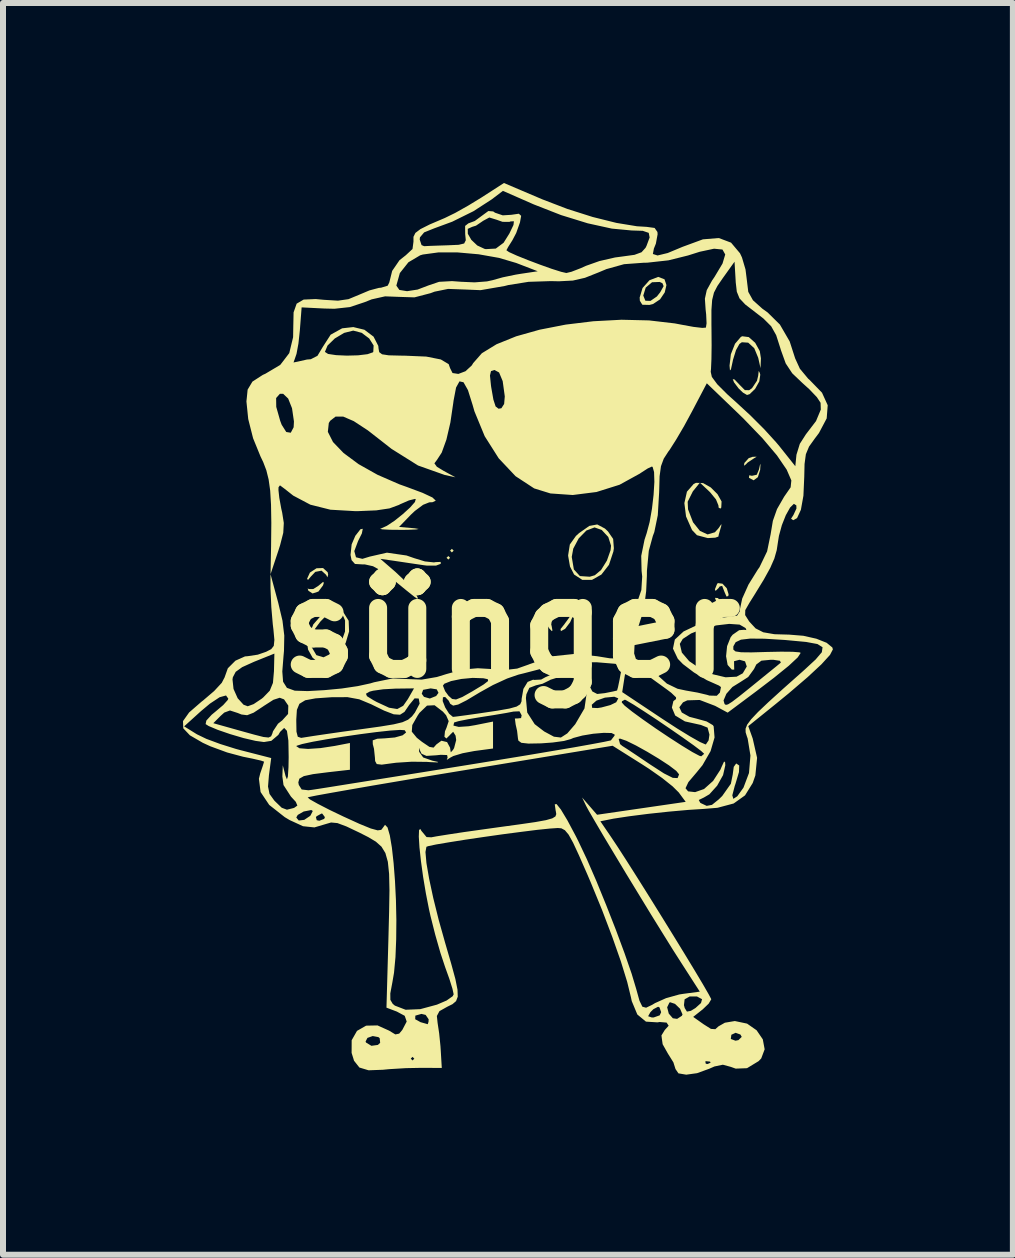
<source format=kicad_pcb>
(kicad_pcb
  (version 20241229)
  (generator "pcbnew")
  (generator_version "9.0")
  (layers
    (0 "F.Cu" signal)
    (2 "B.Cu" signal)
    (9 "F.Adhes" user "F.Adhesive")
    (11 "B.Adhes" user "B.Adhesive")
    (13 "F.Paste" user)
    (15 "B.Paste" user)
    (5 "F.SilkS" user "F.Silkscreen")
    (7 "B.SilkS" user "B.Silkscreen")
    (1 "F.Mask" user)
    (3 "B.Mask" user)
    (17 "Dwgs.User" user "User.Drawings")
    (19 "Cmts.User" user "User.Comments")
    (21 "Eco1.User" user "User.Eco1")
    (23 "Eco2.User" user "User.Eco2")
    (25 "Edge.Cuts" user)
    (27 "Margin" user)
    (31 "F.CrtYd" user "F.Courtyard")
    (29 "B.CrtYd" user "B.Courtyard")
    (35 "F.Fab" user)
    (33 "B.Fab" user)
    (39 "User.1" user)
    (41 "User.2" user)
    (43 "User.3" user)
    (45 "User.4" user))
  (footprint "sünger"
    (layer "F.Cu")
    (at 5.465 7.409)
    (property "Reference" "sünger" (at 0 0 0) (layer "F.SilkS") (effects (font (size 1.524 1.524) (thickness 0.3))))
    (attr board_only exclude_from_pos_files exclude_from_bom)
    (fp_poly (pts (xy 3.156 -2.409) (xy 3.146 -2.41) (xy 3.15 -2.415)) (stroke (width 0) (type solid)) (fill yes) (layer "F.SilkS"))
    (fp_poly (pts (xy -1.014 -1.163) (xy -1.043 -1.133) (xy -1.073 -1.163) (xy -1.043 -1.192)) (stroke (width 0) (type solid)) (fill yes) (layer "F.SilkS"))
    (fp_poly (pts (xy -0.954 -1.282) (xy -0.984 -1.252) (xy -1.014 -1.282) (xy -0.984 -1.312)) (stroke (width 0) (type solid)) (fill yes) (layer "F.SilkS"))
    (fp_poly (pts (xy 3.447 -0.492) (xy 3.505 -0.441) (xy 3.543 -0.374) (xy 3.524 -0.358) (xy 3.441 -0.401) (xy 3.426 -0.421) (xy 3.401 -0.495)) (stroke (width 0) (type solid)) (fill yes) (layer "F.SilkS"))
    (fp_poly (pts (xy 4.054 -2.822) (xy 3.944 -2.749) (xy 3.916 -2.719) (xy 3.884 -2.697) (xy 3.891 -2.743) (xy 3.964 -2.824) (xy 4.03 -2.846) (xy 4.096 -2.847)) (stroke (width 0) (type solid)) (fill yes) (layer "F.SilkS"))
    (fp_poly (pts (xy -3.118 -0.744) (xy -3.132 -0.702) (xy -3.208 -0.6) (xy -3.306 -0.568) (xy -3.376 -0.614) (xy -3.387 -0.654) (xy -3.368 -0.641) (xy -3.293 -0.642) (xy -3.207 -0.697) (xy -3.129 -0.762)) (stroke (width 0) (type solid)) (fill yes) (layer "F.SilkS"))
    (fp_poly (pts (xy 4.159 -2.709) (xy 4.154 -2.628) (xy 4.116 -2.506) (xy 4.045 -2.454) (xy 3.971 -2.494) (xy 3.967 -2.5) (xy 3.973 -2.538) (xy 4.017 -2.529) (xy 4.098 -2.547) (xy 4.134 -2.634) (xy 4.155 -2.729)) (stroke (width 0) (type solid)) (fill yes) (layer "F.SilkS"))
    (fp_poly (pts (xy -3.054 -0.922) (xy -3.046 -0.881) (xy -3.058 -0.837) (xy -3.08 -0.879) (xy -3.156 -0.948) (xy -3.26 -0.928) (xy -3.334 -0.85) (xy -3.382 -0.793) (xy -3.397 -0.813) (xy -3.35 -0.916) (xy -3.24 -0.988) (xy -3.131 -0.992)) (stroke (width 0) (type solid)) (fill yes) (layer "F.SilkS"))
    (fp_poly (pts (xy 3.202 -2.408) (xy 3.331 -2.335) (xy 3.443 -2.223) (xy 3.511 -2.102) (xy 3.506 -2) (xy 3.493 -1.983) (xy 3.463 -1.997) (xy 3.458 -2.037) (xy 3.418 -2.135) (xy 3.318 -2.257) (xy 3.304 -2.27) (xy 3.156 -2.409)) (stroke (width 0) (type solid)) (fill yes) (layer "F.SilkS"))
    (fp_poly (pts (xy -2.96 -0.322) (xy -3.019 -0.258) (xy -3.049 -0.23) (xy -3.177 -0.098) (xy -3.269 0.026) (xy -3.271 0.03) (xy -3.32 0.102) (xy -3.337 0.066) (xy -3.337 0.055) (xy -3.293 -0.053) (xy -3.179 -0.183) (xy -3.03 -0.298) (xy -2.981 -0.326)) (stroke (width 0) (type solid)) (fill yes) (layer "F.SilkS"))
    (fp_poly (pts (xy 3.526 -0.731) (xy 3.598 -0.654) (xy 3.628 -0.554) (xy 3.623 -0.525) (xy 3.593 -0.517) (xy 3.558 -0.598) (xy 3.521 -0.694) (xy 3.48 -0.685) (xy 3.459 -0.656) (xy 3.411 -0.61) (xy 3.4 -0.637) (xy 3.437 -0.729) (xy 3.451 -0.741)) (stroke (width 0) (type solid)) (fill yes) (layer "F.SilkS"))
    (fp_poly (pts (xy 4.148 -4.244) (xy 4.156 -4.214) (xy 4.14 -4.103) (xy 4.07 -3.978) (xy 3.979 -3.89) (xy 3.935 -3.876) (xy 3.868 -3.915) (xy 3.795 -3.985) (xy 3.719 -4.086) (xy 3.697 -4.14) (xy 3.728 -4.134) (xy 3.804 -4.054) (xy 3.809 -4.048) (xy 3.899 -3.957) (xy 3.971 -3.956) (xy 4.018 -3.989) (xy 4.101 -4.113) (xy 4.121 -4.196) (xy 4.13 -4.277)) (stroke (width 0) (type solid)) (fill yes) (layer "F.SilkS"))
    (fp_poly (pts (xy 3.964 -4.841) (xy 4.071 -4.746) (xy 4.148 -4.607) (xy 4.167 -4.487) (xy 4.16 -4.323) (xy 4.122 -4.495) (xy 4.056 -4.655) (xy 3.955 -4.748) (xy 3.849 -4.755) (xy 3.809 -4.727) (xy 3.752 -4.625) (xy 3.702 -4.464) (xy 3.695 -4.43) (xy 3.667 -4.302) (xy 3.651 -4.286) (xy 3.644 -4.365) (xy 3.666 -4.555) (xy 3.735 -4.73) (xy 3.832 -4.843) (xy 3.855 -4.855)) (stroke (width 0) (type solid)) (fill yes) (layer "F.SilkS"))
    (fp_poly (pts (xy -2.83 -0.279) (xy -2.787 -0.246) (xy -2.704 -0.113) (xy -2.697 0.065) (xy -2.754 0.257) (xy -2.86 0.43) (xy -3.002 0.554) (xy -3.152 0.596) (xy -3.238 0.558) (xy -3.305 0.503) (xy -3.38 0.369) (xy -3.394 0.279) (xy -3.386 0.2) (xy -3.363 0.224) (xy -3.331 0.308) (xy -3.242 0.46) (xy -3.123 0.496) (xy -2.968 0.42) (xy -2.957 0.411) (xy -2.833 0.259) (xy -2.765 0.067) (xy -2.764 -0.119) (xy -2.81 -0.224) (xy -2.862 -0.294)) (stroke (width 0) (type solid)) (fill yes) (layer "F.SilkS"))
    (fp_poly (pts (xy 3.146 -2.41) (xy 3.032 -2.269) (xy 2.946 -2.097) (xy 2.952 -1.971) (xy 3.035 -1.755) (xy 3.15 -1.611) (xy 3.278 -1.552) (xy 3.4 -1.588) (xy 3.46 -1.655) (xy 3.508 -1.725) (xy 3.506 -1.693) (xy 3.493 -1.65) (xy 3.464 -1.547) (xy 3.458 -1.516) (xy 3.406 -1.498) (xy 3.281 -1.491) (xy 3.281 -1.491) (xy 3.101 -1.539) (xy 3.019 -1.625) (xy 2.919 -1.851) (xy 2.891 -2.074) (xy 2.934 -2.265) (xy 3.045 -2.392) (xy 3.085 -2.412)) (stroke (width 0) (type solid)) (fill yes) (layer "F.SilkS"))
    (fp_poly (pts (xy 1.012 -0.378) (xy 1.052 -0.327) (xy 1.046 -0.221) (xy 0.987 -0.088) (xy 0.903 0.022) (xy 0.833 0.06) (xy 0.827 0.025) (xy 0.894 -0.059) (xy 0.894 -0.06) (xy 0.992 -0.194) (xy 1.003 -0.301) (xy 0.929 -0.355) (xy 0.896 -0.358) (xy 0.778 -0.307) (xy 0.692 -0.187) (xy 0.672 -0.051) (xy 0.679 -0.025) (xy 0.692 0.049) (xy 0.682 0.06) (xy 0.638 0.013) (xy 0.618 -0.03) (xy 0.624 -0.156) (xy 0.701 -0.292) (xy 0.815 -0.393) (xy 0.898 -0.417)) (stroke (width 0) (type solid)) (fill yes) (layer "F.SilkS"))
    (fp_poly (pts (xy 2.56 -5.804) (xy 2.592 -5.708) (xy 2.564 -5.586) (xy 2.486 -5.47) (xy 2.369 -5.392) (xy 2.309 -5.377) (xy 2.19 -5.38) (xy 2.149 -5.447) (xy 2.146 -5.502) (xy 2.156 -5.533) (xy 2.206 -5.533) (xy 2.241 -5.447) (xy 2.326 -5.444) (xy 2.433 -5.518) (xy 2.489 -5.589) (xy 2.545 -5.69) (xy 2.525 -5.739) (xy 2.48 -5.76) (xy 2.352 -5.755) (xy 2.247 -5.666) (xy 2.206 -5.533) (xy 2.156 -5.533) (xy 2.194 -5.659) (xy 2.309 -5.788) (xy 2.452 -5.843) (xy 2.458 -5.843)) (stroke (width 0) (type solid)) (fill yes) (layer "F.SilkS"))
    (fp_poly (pts (xy 1.567 -1.65) (xy 1.617 -1.603) (xy 1.704 -1.477) (xy 1.716 -1.321) (xy 1.708 -1.267) (xy 1.634 -1.045) (xy 1.508 -0.883) (xy 1.352 -0.795) (xy 1.189 -0.795) (xy 1.053 -0.884) (xy 0.985 -1.017) (xy 0.957 -1.177) (xy 1.014 -1.177) (xy 1.049 -0.969) (xy 1.15 -0.858) (xy 1.314 -0.847) (xy 1.399 -0.872) (xy 1.503 -0.96) (xy 1.6 -1.116) (xy 1.661 -1.289) (xy 1.669 -1.364) (xy 1.623 -1.509) (xy 1.514 -1.626) (xy 1.394 -1.669) (xy 1.258 -1.617) (xy 1.13 -1.486) (xy 1.039 -1.315) (xy 1.014 -1.177) (xy 0.957 -1.177) (xy 0.954 -1.194) (xy 0.954 -1.207) (xy 0.982 -1.384) (xy 1.084 -1.527) (xy 1.137 -1.575) (xy 1.307 -1.694) (xy 1.439 -1.718)) (stroke (width 0) (type solid)) (fill yes) (layer "F.SilkS"))
    (fp_poly (pts (xy -2.484 -1.569) (xy -2.547 -1.442) (xy -2.61 -1.274) (xy -2.582 -1.171) (xy -2.475 -1.145) (xy -2.354 -1.182) (xy -2.066 -1.248) (xy -1.74 -1.201) (xy -1.61 -1.156) (xy -1.433 -1.102) (xy -1.283 -1.086) (xy -1.251 -1.091) (xy -1.17 -1.094) (xy -1.17 -1.062) (xy -1.249 -1.032) (xy -1.404 -1.033) (xy -1.453 -1.039) (xy -1.684 -1.073) (xy -1.918 -1.108) (xy -1.938 -1.111) (xy -2.176 -1.145) (xy -1.922 -0.925) (xy -1.788 -0.798) (xy -1.668 -0.667) (xy -1.582 -0.556) (xy -1.549 -0.489) (xy -1.563 -0.48) (xy -1.614 -0.517) (xy -1.732 -0.611) (xy -1.895 -0.744) (xy -1.928 -0.772) (xy -2.14 -0.934) (xy -2.298 -1.022) (xy -2.433 -1.052) (xy -2.465 -1.052) (xy -2.599 -1.06) (xy -2.656 -1.124) (xy -2.673 -1.211) (xy -2.654 -1.387) (xy -2.593 -1.529) (xy -2.508 -1.638) (xy -2.469 -1.646)) (stroke (width 0) (type solid)) (fill yes) (layer "F.SilkS"))
    (fp_poly (pts (xy 0.523 -7.137) (xy 0.94 -6.977) (xy 1.362 -6.843) (xy 1.759 -6.744) (xy 2.1 -6.688) (xy 2.263 -6.678) (xy 2.395 -6.66) (xy 2.442 -6.593) (xy 2.445 -6.555) (xy 2.416 -6.398) (xy 2.383 -6.316) (xy 2.366 -6.226) (xy 2.444 -6.201) (xy 2.613 -6.242) (xy 2.87 -6.349) (xy 2.871 -6.349) (xy 3.2 -6.47) (xy 3.465 -6.492) (xy 3.669 -6.415) (xy 3.818 -6.238) (xy 3.851 -6.168) (xy 3.91 -5.968) (xy 3.935 -5.769) (xy 3.935 -5.767) (xy 3.956 -5.595) (xy 4.034 -5.455) (xy 4.19 -5.315) (xy 4.279 -5.251) (xy 4.483 -5.05) (xy 4.646 -4.769) (xy 4.737 -4.487) (xy 4.816 -4.314) (xy 4.955 -4.147) (xy 4.975 -4.13) (xy 5.185 -3.914) (xy 5.28 -3.705) (xy 5.263 -3.486) (xy 5.134 -3.242) (xy 5.064 -3.149) (xy 4.969 -3.016) (xy 4.916 -2.889) (xy 4.894 -2.726) (xy 4.889 -2.512) (xy 4.875 -2.197) (xy 4.833 -1.963) (xy 4.769 -1.824) (xy 4.705 -1.789) (xy 4.669 -1.814) (xy 4.709 -1.876) (xy 4.759 -1.984) (xy 4.757 -2.036) (xy 4.716 -2.062) (xy 4.653 -2) (xy 4.582 -1.873) (xy 4.516 -1.707) (xy 4.467 -1.528) (xy 4.453 -1.44) (xy 4.43 -1.289) (xy 4.39 -1.149) (xy 4.322 -0.994) (xy 4.215 -0.8) (xy 4.057 -0.542) (xy 3.976 -0.413) (xy 3.906 -0.291) (xy 3.904 -0.208) (xy 3.969 -0.105) (xy 3.976 -0.096) (xy 4.078 0.014) (xy 4.206 0.079) (xy 4.392 0.111) (xy 4.638 0.118) (xy 4.873 0.137) (xy 5.091 0.186) (xy 5.262 0.254) (xy 5.357 0.332) (xy 5.366 0.364) (xy 5.318 0.456) (xy 5.176 0.612) (xy 4.946 0.826) (xy 4.632 1.095) (xy 4.422 1.267) (xy 3.956 1.643) (xy 4.03 1.85) (xy 4.103 2.171) (xy 4.074 2.465) (xy 4.03 2.591) (xy 3.902 2.797) (xy 3.713 2.932) (xy 3.443 3.004) (xy 3.225 3.022) (xy 2.959 3.039) (xy 2.633 3.068) (xy 2.288 3.105) (xy 1.967 3.146) (xy 1.71 3.185) (xy 1.655 3.196) (xy 1.491 3.229) (xy 1.661 3.478) (xy 1.775 3.649) (xy 1.926 3.883) (xy 2.105 4.165) (xy 2.301 4.477) (xy 2.505 4.805) (xy 2.707 5.132) (xy 2.897 5.442) (xy 3.065 5.719) (xy 3.201 5.947) (xy 3.295 6.11) (xy 3.338 6.191) (xy 3.339 6.196) (xy 3.296 6.268) (xy 3.194 6.366) (xy 3.188 6.37) (xy 3.038 6.489) (xy 3.212 6.612) (xy 3.334 6.689) (xy 3.407 6.694) (xy 3.459 6.647) (xy 3.566 6.586) (xy 3.726 6.559) (xy 3.737 6.559) (xy 3.936 6.601) (xy 4.095 6.712) (xy 4.198 6.863) (xy 4.229 7.029) (xy 4.172 7.181) (xy 4.129 7.226) (xy 3.935 7.344) (xy 3.746 7.351) (xy 3.665 7.322) (xy 3.533 7.286) (xy 3.393 7.315) (xy 3.306 7.353) (xy 3.103 7.427) (xy 2.922 7.452) (xy 2.792 7.43) (xy 2.743 7.358) (xy 2.708 7.247) (xy 2.7 7.234) (xy 3.24 7.234) (xy 3.248 7.27) (xy 3.279 7.274) (xy 3.328 7.252) (xy 3.319 7.234) (xy 3.248 7.227) (xy 3.24 7.234) (xy 2.7 7.234) (xy 2.624 7.112) (xy 2.623 7.112) (xy 2.529 6.945) (xy 2.516 6.854) (xy 3.665 6.854) (xy 3.668 6.858) (xy 3.743 6.886) (xy 3.792 6.876) (xy 3.847 6.822) (xy 3.825 6.783) (xy 3.745 6.754) (xy 3.674 6.787) (xy 3.665 6.854) (xy 2.516 6.854) (xy 2.509 6.798) (xy 2.564 6.708) (xy 2.629 6.636) (xy 2.595 6.584) (xy 2.48 6.574) (xy 2.443 6.58) (xy 2.251 6.568) (xy 2.142 6.478) (xy 2.287 6.478) (xy 2.349 6.499) (xy 2.378 6.499) (xy 2.48 6.463) (xy 2.504 6.41) (xy 2.476 6.33) (xy 2.474 6.329) (xy 2.604 6.329) (xy 2.631 6.434) (xy 2.699 6.512) (xy 2.77 6.522) (xy 2.849 6.471) (xy 2.86 6.448) (xy 2.819 6.353) (xy 2.757 6.293) (xy 2.884 6.293) (xy 2.897 6.342) (xy 2.934 6.401) (xy 2.999 6.388) (xy 3.076 6.341) (xy 3.168 6.258) (xy 3.186 6.194) (xy 3.1 6.148) (xy 2.979 6.149) (xy 2.895 6.196) (xy 2.884 6.293) (xy 2.757 6.293) (xy 2.735 6.272) (xy 2.654 6.245) (xy 2.642 6.25) (xy 2.604 6.329) (xy 2.474 6.329) (xy 2.452 6.32) (xy 2.374 6.361) (xy 2.325 6.41) (xy 2.287 6.478) (xy 2.142 6.478) (xy 2.107 6.449) (xy 2.014 6.226) (xy 2.001 6.164) (xy 1.938 5.906) (xy 1.832 5.562) (xy 1.689 5.155) (xy 1.519 4.707) (xy 1.328 4.241) (xy 1.267 4.099) (xy 1.134 3.796) (xy 1.036 3.585) (xy 0.962 3.452) (xy 0.9 3.378) (xy 0.841 3.346) (xy 0.782 3.341) (xy 0.649 3.35) (xy 0.436 3.372) (xy 0.165 3.406) (xy -0.14 3.446) (xy -0.457 3.491) (xy -0.762 3.536) (xy -1.032 3.579) (xy -1.245 3.615) (xy -1.377 3.643) (xy -1.408 3.654) (xy -1.424 3.741) (xy -1.408 3.924) (xy -1.363 4.186) (xy -1.294 4.508) (xy -1.203 4.874) (xy -1.096 5.255) (xy -0.994 5.606) (xy -0.925 5.86) (xy -0.89 6.036) (xy -0.886 6.152) (xy -0.914 6.226) (xy -0.974 6.277) (xy -1.061 6.32) (xy -1.191 6.393) (xy -1.234 6.474) (xy -1.222 6.588) (xy -1.196 6.761) (xy -1.174 6.978) (xy -1.169 7.054) (xy -1.152 7.34) (xy -1.485 7.338) (xy -1.749 7.343) (xy -2.029 7.36) (xy -2.133 7.37) (xy -2.372 7.379) (xy -2.525 7.333) (xy -2.615 7.219) (xy -2.625 7.185) (xy -1.669 7.185) (xy -1.64 7.215) (xy -1.61 7.185) (xy -1.64 7.155) (xy -1.669 7.185) (xy -2.625 7.185) (xy -2.655 7.089) (xy -2.654 6.899) (xy -2.422 6.899) (xy -2.415 6.916) (xy -2.325 6.971) (xy -2.217 6.956) (xy -2.179 6.921) (xy -2.187 6.844) (xy -2.208 6.826) (xy -2.303 6.808) (xy -2.391 6.839) (xy -2.422 6.899) (xy -2.654 6.899) (xy -2.654 6.878) (xy -2.565 6.722) (xy -2.413 6.635) (xy -2.223 6.631) (xy -2.032 6.717) (xy -1.926 6.781) (xy -1.862 6.768) (xy -1.81 6.706) (xy -1.737 6.567) (xy -1.75 6.528) (xy -1.595 6.528) (xy -1.506 6.577) (xy -1.41 6.604) (xy -1.386 6.611) (xy -1.373 6.57) (xy -1.371 6.529) (xy -1.421 6.456) (xy -1.491 6.439) (xy -1.593 6.468) (xy -1.595 6.528) (xy -1.75 6.528) (xy -1.77 6.471) (xy -1.902 6.4) (xy -2.074 6.335) (xy -2.042 5.205) (xy -2.03 4.741) (xy -2.024 4.38) (xy -2.03 4.106) (xy -2.051 3.904) (xy -2.092 3.758) (xy -2.157 3.652) (xy -2.25 3.569) (xy -2.375 3.494) (xy -2.516 3.422) (xy -2.741 3.315) (xy -2.891 3.259) (xy -2.997 3.249) (xy -3.083 3.274) (xy -3.275 3.331) (xy -3.465 3.311) (xy -3.689 3.208) (xy -3.759 3.166) (xy -3.577 3.166) (xy -3.536 3.216) (xy -3.444 3.205) (xy -3.377 3.16) (xy -3.25 3.16) (xy -3.236 3.211) (xy -3.193 3.22) (xy -3.112 3.189) (xy -3.1 3.16) (xy -3.143 3.102) (xy -3.157 3.1) (xy -3.237 3.144) (xy -3.25 3.16) (xy -3.377 3.16) (xy -3.347 3.14) (xy -3.339 3.13) (xy -3.302 3.057) (xy -3.327 3.041) (xy -3.454 3.066) (xy -3.553 3.123) (xy -3.577 3.166) (xy -3.759 3.166) (xy -3.769 3.16) (xy -4.028 2.956) (xy -4.172 2.741) (xy -4.2 2.52) (xy -4.178 2.431) (xy -4.134 2.302) (xy -4.114 2.236) (xy -4.114 2.235) (xy -4.167 2.217) (xy -4.306 2.185) (xy -4.464 2.153) (xy -4.729 2.082) (xy -5.009 1.979) (xy -5.135 1.921) (xy -5.35 1.796) (xy -5.46 1.68) (xy -5.462 1.647) (xy -5.446 1.647) (xy -5.233 1.779) (xy -5.076 1.855) (xy -4.844 1.941) (xy -4.582 2.023) (xy -4.508 2.043) (xy -3.995 2.175) (xy -4.033 2.462) (xy -4.048 2.65) (xy -4.023 2.773) (xy -3.946 2.88) (xy -3.933 2.894) (xy -3.82 3.003) (xy -3.733 3.036) (xy -3.625 3.009) (xy -3.611 3.004) (xy -3.559 2.967) (xy -3.585 2.905) (xy -3.653 2.831) (xy -3.387 2.831) (xy -3.348 2.865) (xy -3.22 2.937) (xy -3.024 3.038) (xy -2.795 3.148) (xy -2.521 3.273) (xy -2.335 3.349) (xy -2.221 3.38) (xy -2.161 3.372) (xy -2.142 3.348) (xy -2.098 3.288) (xy -2.056 3.332) (xy -2.018 3.464) (xy -1.984 3.666) (xy -1.955 3.925) (xy -1.932 4.223) (xy -1.916 4.545) (xy -1.909 4.875) (xy -1.912 5.196) (xy -1.924 5.494) (xy -1.948 5.752) (xy -1.975 5.91) (xy -2.01 6.097) (xy -2.009 6.205) (xy -1.97 6.271) (xy -1.934 6.301) (xy -1.755 6.37) (xy -1.511 6.36) (xy -1.233 6.285) (xy -1.072 6.216) (xy -0.971 6.145) (xy -0.954 6.113) (xy -0.974 6.021) (xy -1.026 5.855) (xy -1.097 5.657) (xy -1.175 5.421) (xy -1.261 5.12) (xy -1.34 4.808) (xy -1.364 4.701) (xy -1.417 4.431) (xy -1.463 4.156) (xy -1.499 3.894) (xy -1.524 3.664) (xy -1.535 3.485) (xy -1.531 3.376) (xy -1.511 3.356) (xy -1.492 3.388) (xy -1.406 3.492) (xy -1.327 3.496) (xy -1.235 3.479) (xy -1.047 3.449) (xy -0.784 3.409) (xy -0.47 3.365) (xy -0.22 3.33) (xy 0.145 3.28) (xy 0.407 3.242) (xy 0.584 3.21) (xy 0.69 3.18) (xy 0.742 3.148) (xy 0.756 3.109) (xy 0.748 3.059) (xy 0.746 3.053) (xy 0.731 2.946) (xy 0.761 2.942) (xy 0.833 3.033) (xy 0.942 3.214) (xy 1.083 3.479) (xy 1.127 3.567) (xy 1.266 3.861) (xy 1.424 4.224) (xy 1.588 4.626) (xy 1.749 5.037) (xy 1.894 5.428) (xy 2.012 5.769) (xy 2.088 6.022) (xy 2.143 6.22) (xy 2.191 6.319) (xy 2.253 6.336) (xy 2.352 6.289) (xy 2.402 6.259) (xy 2.585 6.177) (xy 2.807 6.115) (xy 2.871 6.105) (xy 3.148 6.068) (xy 2.836 5.583) (xy 2.698 5.367) (xy 2.527 5.092) (xy 2.332 4.777) (xy 2.126 4.439) (xy 1.918 4.098) (xy 1.721 3.77) (xy 1.544 3.475) (xy 1.4 3.23) (xy 1.298 3.054) (xy 1.255 2.975) (xy 1.186 2.832) (xy 1.311 2.976) (xy 1.436 3.12) (xy 2.913 2.905) (xy 2.797 2.748) (xy 2.695 2.647) (xy 2.521 2.508) (xy 2.303 2.355) (xy 2.187 2.28) (xy 1.695 1.97) (xy -0.833 2.387) (xy -1.367 2.475) (xy -1.863 2.559) (xy -2.311 2.635) (xy -2.696 2.702) (xy -3.008 2.757) (xy -3.235 2.798) (xy -3.363 2.824) (xy -3.387 2.831) (xy -3.653 2.831) (xy -3.666 2.817) (xy -3.79 2.625) (xy -3.809 2.481) (xy -3.802 2.296) (xy -3.756 2.474) (xy -3.733 2.53) (xy -3.717 2.483) (xy -3.707 2.327) (xy -3.704 2.161) (xy -3.707 1.977) (xy -3.577 1.977) (xy -3.524 2.012) (xy -3.38 2.023) (xy -3.173 2.009) (xy -2.937 1.973) (xy -2.683 1.924) (xy -2.683 2.37) (xy -3.045 2.411) (xy -3.297 2.443) (xy -3.451 2.476) (xy -3.526 2.519) (xy -3.543 2.58) (xy -3.535 2.623) (xy -3.487 2.699) (xy -3.375 2.712) (xy -3.318 2.705) (xy -3.219 2.69) (xy -3.016 2.658) (xy -2.723 2.611) (xy -2.353 2.552) (xy -1.921 2.483) (xy -1.44 2.406) (xy -0.924 2.323) (xy -0.762 2.297) (xy -0.244 2.213) (xy 0.238 2.134) (xy 0.671 2.061) (xy 1.043 1.998) (xy 1.339 1.945) (xy 1.548 1.906) (xy 1.656 1.883) (xy 1.668 1.879) (xy 1.685 1.856) (xy 1.796 1.856) (xy 1.819 1.942) (xy 1.856 1.973) (xy 1.942 2.028) (xy 2.097 2.131) (xy 2.288 2.26) (xy 2.325 2.285) (xy 2.551 2.431) (xy 2.698 2.505) (xy 2.778 2.509) (xy 2.802 2.449) (xy 2.802 2.446) (xy 2.756 2.389) (xy 2.635 2.297) (xy 2.465 2.186) (xy 2.272 2.07) (xy 2.083 1.965) (xy 1.924 1.887) (xy 1.82 1.851) (xy 1.796 1.856) (xy 1.685 1.856) (xy 1.727 1.802) (xy 1.729 1.783) (xy 1.677 1.758) (xy 1.545 1.755) (xy 1.371 1.77) (xy 1.191 1.8) (xy 1.041 1.84) (xy 0.998 1.859) (xy 0.885 1.89) (xy 0.696 1.916) (xy 0.506 1.93) (xy 0.293 1.934) (xy 0.174 1.921) (xy 0.125 1.885) (xy 0.118 1.853) (xy 0.103 1.722) (xy 0.079 1.615) (xy 0.066 1.516) (xy 0.11 1.515) (xy 0.169 1.509) (xy 0.179 1.463) (xy 0.143 1.396) (xy 0.045 1.4) (xy -0.081 1.424) (xy -0.282 1.458) (xy -0.505 1.493) (xy -0.714 1.528) (xy -0.872 1.56) (xy -0.946 1.582) (xy -0.947 1.583) (xy -0.958 1.634) (xy -0.87 1.656) (xy -0.704 1.645) (xy -0.598 1.627) (xy -0.298 1.567) (xy -0.298 2.016) (xy -0.611 2.058) (xy -0.806 2.095) (xy -0.959 2.141) (xy -1.01 2.168) (xy -1.069 2.206) (xy -1.055 2.167) (xy -1.063 2.125) (xy -1.169 2.121) (xy -1.246 2.129) (xy -1.408 2.139) (xy -1.488 2.104) (xy -1.509 2.063) (xy -1.53 2.004) (xy -1.53 2.06) (xy -1.529 2.071) (xy -1.462 2.165) (xy -1.311 2.218) (xy -1.213 2.24) (xy -1.222 2.248) (xy -1.342 2.243) (xy -1.401 2.239) (xy -1.652 2.236) (xy -1.913 2.253) (xy -1.983 2.262) (xy -2.153 2.285) (xy -2.236 2.275) (xy -2.263 2.225) (xy -2.266 2.172) (xy -2.282 2.019) (xy -2.302 1.943) (xy -2.303 1.88) (xy -2.227 1.853) (xy -2.108 1.847) (xy -1.934 1.832) (xy -1.805 1.796) (xy -1.747 1.749) (xy -1.755 1.735) (xy -1.652 1.735) (xy -1.568 1.837) (xy -1.482 1.905) (xy -1.358 1.989) (xy -1.289 2.001) (xy -1.243 1.949) (xy -1.242 1.948) (xy -1.158 1.886) (xy -1.064 1.909) (xy -1.013 2.004) (xy -1.012 2.019) (xy -1.002 2.08) (xy -0.965 2.039) (xy -0.947 2.009) (xy -0.912 1.875) (xy -0.922 1.802) (xy -0.962 1.737) (xy -1.01 1.783) (xy -1.014 1.789) (xy -1.075 1.849) (xy -1.108 1.82) (xy -1.099 1.73) (xy -1.073 1.669) (xy -1.037 1.56) (xy -1.08 1.462) (xy -1.133 1.402) (xy -1.272 1.295) (xy -1.398 1.301) (xy -1.524 1.422) (xy -1.553 1.465) (xy -1.644 1.625) (xy -1.652 1.735) (xy -1.755 1.735) (xy -1.77 1.711) (xy -1.847 1.706) (xy -2.013 1.717) (xy -2.242 1.742) (xy -2.51 1.777) (xy -2.793 1.818) (xy -3.065 1.861) (xy -3.301 1.903) (xy -3.478 1.941) (xy -3.57 1.97) (xy -3.577 1.977) (xy -3.707 1.977) (xy -3.709 1.883) (xy -3.733 1.721) (xy -3.779 1.673) (xy -3.846 1.738) (xy -3.876 1.789) (xy -3.993 1.888) (xy -4.116 1.908) (xy -4.255 1.889) (xy -4.456 1.842) (xy -4.679 1.776) (xy -4.886 1.705) (xy -5.038 1.641) (xy -5.088 1.609) (xy -5.085 1.594) (xy -4.96 1.594) (xy -4.522 1.717) (xy -4.277 1.785) (xy -4.124 1.824) (xy -4.039 1.833) (xy -3.997 1.813) (xy -3.976 1.766) (xy -3.965 1.729) (xy -3.882 1.603) (xy -3.829 1.561) (xy -3.577 1.561) (xy -3.574 1.736) (xy -3.552 1.82) (xy -3.496 1.839) (xy -3.413 1.826) (xy -3.293 1.807) (xy -3.083 1.776) (xy -2.812 1.737) (xy -2.509 1.696) (xy -2.487 1.693) (xy -2.172 1.649) (xy -1.953 1.613) (xy -1.808 1.578) (xy -1.714 1.536) (xy -1.649 1.481) (xy -1.6 1.417) (xy -1.521 1.268) (xy -1.529 1.225) (xy -1.137 1.225) (xy -1.095 1.332) (xy -1.03 1.436) (xy -0.968 1.488) (xy -0.965 1.489) (xy -0.902 1.482) (xy -0.751 1.462) (xy -0.545 1.433) (xy -0.518 1.429) (xy -0.222 1.385) (xy -0.024 1.35) (xy 0.095 1.317) (xy 0.155 1.279) (xy 0.177 1.23) (xy 0.179 1.187) (xy 0.181 1.175) (xy 0.25 1.175) (xy 0.272 1.416) (xy 0.396 1.61) (xy 0.555 1.732) (xy 0.717 1.819) (xy 0.833 1.833) (xy 0.94 1.764) (xy 1.072 1.611) (xy 1.226 1.348) (xy 1.235 1.287) (xy 1.348 1.287) (xy 1.354 1.338) (xy 1.444 1.342) (xy 1.508 1.332) (xy 1.658 1.292) (xy 1.747 1.249) (xy 1.848 1.249) (xy 1.895 1.301) (xy 2.02 1.401) (xy 2.201 1.533) (xy 2.414 1.682) (xy 2.638 1.832) (xy 2.849 1.968) (xy 3.024 2.075) (xy 3.141 2.137) (xy 3.172 2.146) (xy 3.219 2.106) (xy 3.219 2.102) (xy 3.172 2.058) (xy 3.048 1.964) (xy 2.868 1.836) (xy 2.656 1.689) (xy 2.434 1.538) (xy 2.223 1.399) (xy 2.047 1.286) (xy 1.928 1.216) (xy 1.9 1.202) (xy 1.851 1.228) (xy 1.848 1.249) (xy 1.747 1.249) (xy 1.754 1.246) (xy 1.755 1.245) (xy 1.79 1.18) (xy 1.723 1.153) (xy 1.567 1.168) (xy 1.564 1.169) (xy 1.425 1.218) (xy 1.348 1.286) (xy 1.348 1.287) (xy 1.235 1.287) (xy 1.264 1.085) (xy 1.232 0.924) (xy 1.179 0.844) (xy 1.067 0.813) (xy 0.956 0.811) (xy 0.784 0.831) (xy 0.659 0.87) (xy 0.642 0.88) (xy 0.526 0.937) (xy 0.417 0.963) (xy 0.307 1.005) (xy 0.258 1.112) (xy 0.25 1.175) (xy 0.181 1.175) (xy 0.208 1.023) (xy 0.279 0.906) (xy 0.371 0.869) (xy 0.389 0.873) (xy 0.504 0.867) (xy 0.576 0.827) (xy 0.694 0.776) (xy 0.873 0.747) (xy 0.942 0.744) (xy 1.112 0.751) (xy 1.207 0.791) (xy 1.27 0.889) (xy 1.291 0.936) (xy 1.357 1.065) (xy 1.438 1.107) (xy 1.565 1.093) (xy 1.65 1.076) (xy 1.855 1.076) (xy 2.523 1.521) (xy 2.772 1.683) (xy 2.989 1.816) (xy 3.152 1.908) (xy 3.241 1.947) (xy 3.25 1.947) (xy 3.295 1.88) (xy 3.309 1.784) (xy 3.278 1.668) (xy 3.163 1.622) (xy 3.16 1.622) (xy 2.9 1.564) (xy 2.738 1.466) (xy 2.683 1.334) (xy 2.684 1.329) (xy 2.807 1.329) (xy 2.848 1.416) (xy 2.976 1.488) (xy 3.1 1.52) (xy 3.262 1.565) (xy 3.365 1.626) (xy 3.379 1.646) (xy 3.394 1.832) (xy 3.328 2.059) (xy 3.193 2.294) (xy 3.098 2.411) (xy 2.958 2.576) (xy 2.91 2.678) (xy 2.953 2.73) (xy 3.07 2.743) (xy 3.219 2.691) (xy 3.37 2.556) (xy 3.492 2.368) (xy 3.51 2.325) (xy 3.553 2.232) (xy 3.57 2.245) (xy 3.573 2.296) (xy 3.536 2.459) (xy 3.437 2.636) (xy 3.308 2.779) (xy 3.216 2.833) (xy 3.131 2.874) (xy 3.154 2.918) (xy 3.167 2.927) (xy 3.263 2.972) (xy 3.351 2.955) (xy 3.464 2.864) (xy 3.522 2.807) (xy 3.666 2.603) (xy 3.697 2.449) (xy 3.714 2.322) (xy 3.754 2.266) (xy 3.756 2.266) (xy 3.805 2.299) (xy 3.801 2.408) (xy 3.742 2.607) (xy 3.731 2.638) (xy 3.69 2.796) (xy 3.707 2.855) (xy 3.773 2.812) (xy 3.876 2.668) (xy 3.968 2.424) (xy 3.992 2.133) (xy 3.946 1.851) (xy 3.931 1.808) (xy 3.912 1.746) (xy 3.911 1.686) (xy 3.938 1.617) (xy 4.005 1.528) (xy 4.119 1.407) (xy 4.293 1.242) (xy 4.534 1.023) (xy 4.855 0.738) (xy 4.894 0.703) (xy 5.079 0.532) (xy 5.182 0.411) (xy 5.194 0.328) (xy 5.109 0.275) (xy 4.92 0.24) (xy 4.62 0.212) (xy 4.565 0.207) (xy 4.226 0.186) (xy 3.988 0.184) (xy 3.834 0.202) (xy 3.746 0.244) (xy 3.709 0.31) (xy 3.707 0.317) (xy 3.707 0.367) (xy 3.743 0.398) (xy 3.837 0.412) (xy 4.009 0.414) (xy 4.258 0.407) (xy 4.503 0.402) (xy 4.695 0.404) (xy 4.809 0.413) (xy 4.83 0.422) (xy 4.78 0.498) (xy 4.632 0.636) (xy 4.383 0.838) (xy 4.087 1.064) (xy 3.613 1.418) (xy 3.403 1.305) (xy 3.167 1.215) (xy 3.544 1.215) (xy 3.561 1.275) (xy 3.583 1.289) (xy 3.619 1.28) (xy 3.687 1.237) (xy 3.804 1.148) (xy 3.986 1.002) (xy 4.114 0.898) (xy 4.285 0.759) (xy 4.423 0.647) (xy 4.498 0.585) (xy 4.499 0.584) (xy 4.484 0.554) (xy 4.379 0.538) (xy 4.333 0.537) (xy 4.175 0.552) (xy 4.09 0.615) (xy 4.052 0.691) (xy 3.955 0.824) (xy 3.82 0.911) (xy 3.691 0.991) (xy 3.591 1.104) (xy 3.544 1.215) (xy 3.167 1.215) (xy 3.146 1.207) (xy 2.94 1.213) (xy 2.868 1.247) (xy 2.807 1.329) (xy 2.684 1.329) (xy 2.708 1.226) (xy 2.752 1.192) (xy 2.752 1.163) (xy 2.672 1.087) (xy 2.617 1.045) (xy 2.342 0.846) (xy 2.149 0.711) (xy 2.027 0.632) (xy 1.962 0.601) (xy 1.945 0.602) (xy 1.924 0.671) (xy 1.896 0.812) (xy 1.89 0.851) (xy 1.855 1.076) (xy 1.65 1.076) (xy 1.7 1.066) (xy 1.767 1.05) (xy 1.769 1.05) (xy 1.785 0.993) (xy 1.812 0.863) (xy 1.818 0.829) (xy 1.858 0.614) (xy 1.436 0.579) (xy 1.027 0.575) (xy 0.7 0.632) (xy 0.46 0.699) (xy 0.214 0.763) (xy 0.124 0.785) (xy -0.064 0.85) (xy -0.299 0.958) (xy -0.518 1.08) (xy -0.738 1.212) (xy -0.879 1.283) (xy -0.963 1.301) (xy -1.011 1.271) (xy -1.037 1.219) (xy -1.096 1.157) (xy -1.133 1.162) (xy -1.137 1.225) (xy -1.529 1.225) (xy -1.536 1.183) (xy -1.605 1.18) (xy -1.697 1.292) (xy -1.706 1.306) (xy -1.774 1.406) (xy -1.848 1.453) (xy -1.953 1.446) (xy -2.114 1.384) (xy -2.33 1.278) (xy -2.527 1.196) (xy -2.723 1.16) (xy -2.974 1.161) (xy -2.986 1.161) (xy -3.256 1.18) (xy -3.428 1.212) (xy -3.525 1.271) (xy -3.567 1.372) (xy -3.577 1.531) (xy -3.577 1.561) (xy -3.829 1.561) (xy -3.812 1.548) (xy -3.714 1.44) (xy -3.71 1.301) (xy -3.781 1.197) (xy -3.853 1.17) (xy -3.958 1.204) (xy -4.122 1.309) (xy -4.127 1.313) (xy -4.288 1.419) (xy -4.396 1.461) (xy -4.491 1.449) (xy -4.553 1.424) (xy -4.682 1.382) (xy -4.777 1.417) (xy -4.838 1.472) (xy -4.96 1.594) (xy -5.085 1.594) (xy -5.076 1.55) (xy -4.987 1.453) (xy -4.924 1.401) (xy -4.795 1.292) (xy -4.719 1.207) (xy -4.71 1.185) (xy -4.748 1.132) (xy -4.854 1.161) (xy -5.016 1.268) (xy -5.162 1.39) (xy -5.446 1.647) (xy -5.462 1.647) (xy -5.465 1.559) (xy -5.363 1.415) (xy -5.156 1.235) (xy -5.131 1.216) (xy -4.946 1.058) (xy -4.819 0.921) (xy -4.79 0.865) (xy -4.64 0.865) (xy -4.623 1.023) (xy -4.554 1.178) (xy -4.456 1.286) (xy -4.386 1.312) (xy -4.288 1.276) (xy -4.155 1.187) (xy -4.129 1.166) (xy -4.068 1.103) (xy -2.416 1.103) (xy -2.399 1.144) (xy -2.291 1.211) (xy -2.236 1.241) (xy -2.031 1.336) (xy -1.894 1.358) (xy -1.795 1.304) (xy -1.717 1.192) (xy -1.666 1.103) (xy -1.486 1.103) (xy -1.449 1.155) (xy -1.351 1.183) (xy -1.246 1.141) (xy -1.207 1.088) (xy -1.236 1.03) (xy -1.337 1.014) (xy -1.463 1.038) (xy -1.486 1.103) (xy -1.666 1.103) (xy -1.615 1.014) (xy -1.926 1.018) (xy -2.129 1.029) (xy -2.298 1.053) (xy -2.355 1.068) (xy -2.416 1.103) (xy -4.068 1.103) (xy -4.019 1.052) (xy -3.966 0.922) (xy -3.949 0.727) (xy -3.942 0.434) (xy -4.282 0.571) (xy -4.479 0.66) (xy -4.587 0.738) (xy -4.634 0.828) (xy -4.64 0.865) (xy -4.79 0.865) (xy -4.77 0.827) (xy -4.77 0.825) (xy -4.718 0.679) (xy -4.591 0.552) (xy -4.432 0.481) (xy -4.385 0.477) (xy -4.219 0.452) (xy -4.08 0.404) (xy -3.995 0.36) (xy -3.952 0.305) (xy -3.942 0.206) (xy -3.958 0.033) (xy -3.969 -0.058) (xy -3.993 -0.338) (xy -4.007 -0.655) (xy -4.007 -0.865) (xy -4.006 -0.888) (xy -3.878 -0.413) (xy -3.807 -0.114) (xy -3.777 0.134) (xy -3.782 0.388) (xy -3.79 0.478) (xy -3.81 0.732) (xy -3.797 0.903) (xy -3.733 1.005) (xy -3.603 1.052) (xy -3.387 1.059) (xy -3.104 1.043) (xy -2.821 1.016) (xy -2.552 0.976) (xy -2.515 0.968) (xy -1.133 0.968) (xy -1.096 1.061) (xy -1.039 1.138) (xy -0.98 1.19) (xy -0.915 1.199) (xy -0.811 1.158) (xy -0.639 1.061) (xy -0.626 1.053) (xy -0.456 0.95) (xy -0.38 0.891) (xy -0.385 0.861) (xy -0.459 0.845) (xy -0.462 0.845) (xy -0.637 0.839) (xy -0.827 0.857) (xy -0.997 0.892) (xy -1.109 0.936) (xy -1.133 0.968) (xy -2.515 0.968) (xy -2.341 0.93) (xy -2.281 0.912) (xy -1.967 0.847) (xy -1.733 0.858) (xy -1.487 0.868) (xy -1.233 0.824) (xy -1.074 0.775) (xy -0.801 0.7) (xy -0.553 0.678) (xy -0.336 0.691) (xy -0.087 0.706) (xy 0.104 0.684) (xy 0.294 0.617) (xy 0.311 0.61) (xy 0.694 0.478) (xy 1.066 0.439) (xy 1.436 0.478) (xy 1.645 0.512) (xy 1.769 0.518) (xy 1.842 0.492) (xy 1.89 0.441) (xy 1.894 0.432) (xy 2.054 0.432) (xy 2.084 0.526) (xy 2.111 0.537) (xy 2.197 0.577) (xy 2.327 0.682) (xy 2.42 0.773) (xy 2.599 0.934) (xy 2.777 1.02) (xy 2.917 1.05) (xy 3.111 1.084) (xy 3.271 1.122) (xy 3.309 1.134) (xy 3.431 1.137) (xy 3.483 1.084) (xy 3.501 0.992) (xy 3.468 0.967) (xy 3.265 0.877) (xy 3.05 0.748) (xy 2.867 0.609) (xy 2.782 0.521) (xy 2.701 0.351) (xy 2.717 0.272) (xy 2.815 0.272) (xy 2.849 0.417) (xy 2.971 0.56) (xy 3.154 0.685) (xy 3.366 0.779) (xy 3.578 0.829) (xy 3.761 0.819) (xy 3.864 0.763) (xy 3.931 0.649) (xy 3.902 0.563) (xy 3.81 0.537) (xy 3.719 0.561) (xy 3.72 0.631) (xy 3.722 0.701) (xy 3.682 0.701) (xy 3.612 0.623) (xy 3.586 0.478) (xy 3.603 0.31) (xy 3.662 0.162) (xy 3.695 0.12) (xy 3.804 0.044) (xy 3.887 0.037) (xy 3.925 0.042) (xy 3.911 0.009) (xy 3.812 -0.049) (xy 3.638 -0.061) (xy 3.424 -0.036) (xy 3.202 0.02) (xy 3.004 0.098) (xy 2.864 0.19) (xy 2.815 0.272) (xy 2.717 0.272) (xy 2.732 0.2) (xy 2.878 0.065) (xy 3.129 -0.054) (xy 3.343 -0.123) (xy 3.541 -0.168) (xy 3.639 -0.179) (xy 3.769 -0.198) (xy 3.814 -0.269) (xy 3.816 -0.3) (xy 3.855 -0.483) (xy 3.96 -0.717) (xy 4.117 -0.97) (xy 4.142 -1.004) (xy 4.27 -1.27) (xy 4.328 -1.552) (xy 4.366 -1.779) (xy 4.435 -1.974) (xy 4.554 -2.181) (xy 4.662 -2.337) (xy 4.674 -2.452) (xy 4.596 -2.632) (xy 4.434 -2.869) (xy 4.193 -3.154) (xy 3.878 -3.481) (xy 3.774 -3.582) (xy 3.265 -4.071) (xy 3.018 -3.601) (xy 2.887 -3.359) (xy 2.755 -3.134) (xy 2.647 -2.964) (xy 2.623 -2.932) (xy 2.547 -2.814) (xy 2.501 -2.689) (xy 2.478 -2.521) (xy 2.471 -2.273) (xy 2.47 -2.246) (xy 2.448 -1.872) (xy 2.39 -1.591) (xy 2.366 -1.528) (xy 2.298 -1.279) (xy 2.267 -0.946) (xy 2.266 -0.858) (xy 2.254 -0.604) (xy 2.223 -0.364) (xy 2.181 -0.195) (xy 2.105 0.046) (xy 2.062 0.264) (xy 2.054 0.432) (xy 1.894 0.432) (xy 1.943 0.311) (xy 1.967 0.135) (xy 1.968 0.115) (xy 1.993 -0.073) (xy 2.056 -0.295) (xy 2.092 -0.385) (xy 2.174 -0.625) (xy 2.188 -0.85) (xy 2.178 -0.944) (xy 2.172 -1.194) (xy 2.227 -1.464) (xy 2.263 -1.574) (xy 2.312 -1.758) (xy 2.351 -1.981) (xy 2.378 -2.214) (xy 2.391 -2.427) (xy 2.386 -2.591) (xy 2.362 -2.677) (xy 2.349 -2.683) (xy 2.281 -2.652) (xy 2.163 -2.576) (xy 2.151 -2.567) (xy 1.811 -2.38) (xy 1.426 -2.259) (xy 1.031 -2.209) (xy 0.659 -2.235) (xy 0.388 -2.319) (xy 0.078 -2.522) (xy -0.203 -2.82) (xy -0.437 -3.189) (xy -0.608 -3.604) (xy -0.638 -3.709) (xy -0.716 -3.957) (xy -0.79 -4.088) (xy -0.857 -4.103) (xy -0.914 -4) (xy -0.956 -3.78) (xy -0.961 -3.741) (xy -1.009 -3.416) (xy -1.075 -3.132) (xy -1.153 -2.916) (xy -1.233 -2.793) (xy -1.234 -2.792) (xy -1.275 -2.737) (xy -1.234 -2.68) (xy -1.122 -2.612) (xy -0.924 -2.504) (xy -1.103 -2.543) (xy -1.548 -2.701) (xy -1.99 -2.978) (xy -2.079 -3.048) (xy -2.384 -3.286) (xy -2.619 -3.44) (xy -2.795 -3.516) (xy -2.922 -3.516) (xy -3.012 -3.446) (xy -3.035 -3.409) (xy -3.051 -3.262) (xy -2.965 -3.092) (xy -2.789 -2.909) (xy -2.538 -2.723) (xy -2.223 -2.546) (xy -1.858 -2.387) (xy -1.74 -2.345) (xy -1.472 -2.245) (xy -1.308 -2.168) (xy -1.252 -2.115) (xy -1.306 -2.089) (xy -1.36 -2.087) (xy -1.463 -2.046) (xy -1.601 -1.943) (xy -1.666 -1.882) (xy -1.864 -1.677) (xy -1.603 -1.654) (xy -1.537 -1.643) (xy -1.579 -1.635) (xy -1.72 -1.629) (xy -1.819 -1.628) (xy -2.02 -1.63) (xy -2.147 -1.637) (xy -2.181 -1.647) (xy -2.165 -1.651) (xy -2.068 -1.695) (xy -1.938 -1.781) (xy -1.801 -1.891) (xy -1.68 -2.001) (xy -1.6 -2.092) (xy -1.586 -2.141) (xy -1.598 -2.144) (xy -1.699 -2.119) (xy -1.846 -2.055) (xy -1.866 -2.044) (xy -2.023 -1.986) (xy -2.244 -1.953) (xy -2.555 -1.94) (xy -2.594 -1.94) (xy -3.008 -1.964) (xy -3.343 -2.048) (xy -3.628 -2.199) (xy -3.771 -2.312) (xy -3.849 -2.37) (xy -3.873 -2.338) (xy -3.874 -2.29) (xy -3.86 -2.162) (xy -3.827 -1.98) (xy -3.812 -1.915) (xy -3.785 -1.743) (xy -3.794 -1.579) (xy -3.846 -1.375) (xy -3.879 -1.271) (xy -4.006 -0.889) (xy -3.997 -1.355) (xy -3.993 -1.743) (xy -3.998 -2.047) (xy -4.012 -2.283) (xy -4.038 -2.468) (xy -4.076 -2.621) (xy -4.128 -2.757) (xy -4.173 -2.851) (xy -4.297 -3.155) (xy -4.378 -3.475) (xy -4.408 -3.77) (xy -4.402 -3.825) (xy -3.913 -3.825) (xy -3.911 -3.678) (xy -3.845 -3.445) (xy -3.82 -3.379) (xy -3.744 -3.259) (xy -3.669 -3.247) (xy -3.621 -3.338) (xy -3.616 -3.435) (xy -3.648 -3.655) (xy -3.712 -3.816) (xy -3.796 -3.896) (xy -3.85 -3.896) (xy -3.913 -3.825) (xy -4.402 -3.825) (xy -4.388 -3.965) (xy -4.308 -4.099) (xy -4.152 -4.2) (xy -0.349 -4.2) (xy -0.333 -4.041) (xy -0.329 -4.01) (xy -0.292 -3.799) (xy -0.255 -3.685) (xy -0.206 -3.647) (xy -0.159 -3.655) (xy -0.113 -3.726) (xy -0.102 -3.852) (xy -0.137 -4.107) (xy -0.197 -4.251) (xy -0.219 -4.263) (xy 3.33 -4.263) (xy 3.349 -4.177) (xy 3.439 -4.055) (xy 3.609 -3.885) (xy 3.756 -3.753) (xy 3.989 -3.538) (xy 4.223 -3.304) (xy 4.418 -3.09) (xy 4.472 -3.026) (xy 4.74 -2.689) (xy 4.759 -2.88) (xy 4.815 -3.062) (xy 4.916 -3.22) (xy 5.085 -3.441) (xy 5.165 -3.633) (xy 5.161 -3.746) (xy 5.099 -3.84) (xy 4.973 -3.972) (xy 4.859 -4.075) (xy 4.689 -4.237) (xy 4.58 -4.402) (xy 4.5 -4.624) (xy 4.489 -4.661) (xy 4.421 -4.873) (xy 4.338 -5.021) (xy 4.209 -5.15) (xy 4.076 -5.253) (xy 3.906 -5.384) (xy 3.81 -5.486) (xy 3.765 -5.597) (xy 3.747 -5.754) (xy 3.745 -5.791) (xy 3.727 -6.097) (xy 3.531 -5.823) (xy 3.441 -5.692) (xy 3.384 -5.582) (xy 3.354 -5.46) (xy 3.342 -5.293) (xy 3.342 -5.048) (xy 3.343 -4.966) (xy 3.345 -4.702) (xy 3.342 -4.472) (xy 3.335 -4.311) (xy 3.33 -4.263) (xy -0.219 -4.263) (xy -0.276 -4.293) (xy -0.332 -4.274) (xy -0.349 -4.2) (xy -4.152 -4.2) (xy -4.133 -4.212) (xy -4.094 -4.229) (xy -3.845 -4.377) (xy -3.813 -4.418) (xy -3.623 -4.418) (xy -3.553 -4.432) (xy -3.553 -4.432) (xy -3.399 -4.467) (xy -3.335 -4.472) (xy -3.224 -4.529) (xy -3.185 -4.594) (xy -3.1 -4.594) (xy -3.047 -4.56) (xy -2.913 -4.54) (xy -2.734 -4.532) (xy -2.547 -4.537) (xy -2.39 -4.556) (xy -2.3 -4.587) (xy -2.294 -4.594) (xy -2.288 -4.701) (xy -2.362 -4.818) (xy -2.487 -4.912) (xy -2.628 -4.949) (xy -2.779 -4.911) (xy -2.935 -4.818) (xy -3.056 -4.7) (xy -3.1 -4.594) (xy -3.185 -4.594) (xy -3.136 -4.676) (xy -3.004 -4.881) (xy -2.813 -4.987) (xy -2.627 -5.008) (xy -2.441 -4.963) (xy -2.289 -4.848) (xy -2.21 -4.694) (xy -2.206 -4.651) (xy -2.195 -4.59) (xy -2.147 -4.554) (xy -2.036 -4.537) (xy -1.837 -4.532) (xy -1.763 -4.531) (xy -1.41 -4.516) (xy -1.168 -4.468) (xy -1.037 -4.39) (xy -1.014 -4.324) (xy -0.973 -4.242) (xy -0.876 -4.227) (xy -0.757 -4.272) (xy -0.652 -4.369) (xy -0.629 -4.407) (xy -0.484 -4.572) (xy -0.239 -4.722) (xy 0.088 -4.854) (xy 0.478 -4.964) (xy 0.913 -5.049) (xy 1.374 -5.105) (xy 1.843 -5.13) (xy 2.302 -5.119) (xy 2.731 -5.069) (xy 2.847 -5.047) (xy 3.044 -5.011) (xy 3.19 -4.994) (xy 3.25 -4.999) (xy 3.261 -5.071) (xy 3.254 -5.219) (xy 3.245 -5.302) (xy 3.233 -5.481) (xy 3.264 -5.623) (xy 3.352 -5.783) (xy 3.393 -5.843) (xy 3.527 -6.067) (xy 3.572 -6.218) (xy 3.526 -6.3) (xy 3.386 -6.314) (xy 3.147 -6.263) (xy 2.951 -6.201) (xy 2.625 -6.12) (xy 2.272 -6.081) (xy 2.212 -6.08) (xy 1.886 -6.056) (xy 1.592 -5.974) (xy 1.461 -5.919) (xy 1.234 -5.829) (xy 1.033 -5.783) (xy 0.8 -5.771) (xy 0.664 -5.774) (xy 0.294 -5.762) (xy -0.044 -5.708) (xy -0.106 -5.692) (xy -0.506 -5.623) (xy -0.771 -5.634) (xy -1.046 -5.644) (xy -1.272 -5.598) (xy -1.339 -5.573) (xy -1.607 -5.503) (xy -1.86 -5.511) (xy -2.097 -5.52) (xy -2.32 -5.47) (xy -2.438 -5.423) (xy -2.684 -5.341) (xy -2.941 -5.313) (xy -3.11 -5.317) (xy -3.488 -5.336) (xy -3.518 -4.949) (xy -3.541 -4.735) (xy -3.573 -4.562) (xy -3.602 -4.477) (xy -3.623 -4.418) (xy -3.813 -4.418) (xy -3.694 -4.574) (xy -3.63 -4.839) (xy -3.627 -5.015) (xy -3.622 -5.253) (xy -3.571 -5.398) (xy -3.455 -5.466) (xy -3.253 -5.475) (xy -3.115 -5.462) (xy -2.882 -5.448) (xy -2.707 -5.473) (xy -2.536 -5.544) (xy -2.358 -5.619) (xy -2.2 -5.661) (xy -2.164 -5.664) (xy -2.055 -5.697) (xy -2.054 -5.697) (xy -1.908 -5.697) (xy -1.859 -5.627) (xy -1.731 -5.606) (xy -1.555 -5.633) (xy -1.374 -5.702) (xy -1.197 -5.762) (xy -0.981 -5.774) (xy -0.833 -5.763) (xy -0.605 -5.753) (xy -0.399 -5.769) (xy -0.307 -5.789) (xy -0.136 -5.837) (xy 0.081 -5.882) (xy 0.16 -5.895) (xy 0.447 -5.938) (xy 0.089 -6.076) (xy -0.199 -6.161) (xy -0.538 -6.221) (xy -0.888 -6.252) (xy -1.211 -6.252) (xy -1.468 -6.217) (xy -1.512 -6.204) (xy -1.708 -6.088) (xy -1.851 -5.908) (xy -1.908 -5.704) (xy -1.908 -5.697) (xy -2.054 -5.697) (xy -2.027 -5.751) (xy -1.979 -5.944) (xy -1.857 -6.122) (xy -1.752 -6.205) (xy -1.64 -6.309) (xy -1.624 -6.431) (xy -1.624 -6.467) (xy -1.52 -6.467) (xy -1.489 -6.374) (xy -1.446 -6.356) (xy -1.347 -6.361) (xy -1.175 -6.367) (xy -1.054 -6.371) (xy -0.87 -6.379) (xy -0.779 -6.401) (xy -0.752 -6.455) (xy -0.762 -6.559) (xy -0.763 -6.645) (xy -0.719 -6.645) (xy -0.718 -6.563) (xy -0.66 -6.462) (xy -0.561 -6.368) (xy -0.439 -6.311) (xy -0.417 -6.307) (xy -0.252 -6.316) (xy -0.122 -6.413) (xy -0.026 -6.566) (xy 0.043 -6.71) (xy 0.05 -6.771) (xy -0.004 -6.769) (xy -0.025 -6.761) (xy -0.14 -6.762) (xy -0.239 -6.797) (xy -0.36 -6.834) (xy -0.466 -6.777) (xy -0.472 -6.772) (xy -0.582 -6.698) (xy -0.646 -6.678) (xy -0.719 -6.645) (xy -0.763 -6.645) (xy -0.763 -6.694) (xy -0.708 -6.737) (xy -0.704 -6.738) (xy -0.602 -6.776) (xy -0.485 -6.862) (xy -0.376 -6.942) (xy -0.295 -6.935) (xy -0.265 -6.914) (xy -0.136 -6.87) (xy 0.007 -6.879) (xy 0.132 -6.897) (xy 0.171 -6.862) (xy 0.151 -6.752) (xy 0.088 -6.575) (xy 0.025 -6.455) (xy -0.045 -6.344) (xy -0.075 -6.288) (xy -0.03 -6.257) (xy 0.098 -6.199) (xy 0.279 -6.126) (xy 0.483 -6.049) (xy 0.679 -5.979) (xy 0.837 -5.929) (xy 0.924 -5.909) (xy 1.01 -5.93) (xy 1.16 -5.988) (xy 1.252 -6.029) (xy 1.475 -6.108) (xy 1.736 -6.168) (xy 1.857 -6.184) (xy 2.06 -6.212) (xy 2.177 -6.255) (xy 2.244 -6.329) (xy 2.26 -6.361) (xy 2.312 -6.501) (xy 2.297 -6.578) (xy 2.197 -6.612) (xy 2.011 -6.618) (xy 1.682 -6.649) (xy 1.281 -6.737) (xy 0.837 -6.874) (xy 0.379 -7.053) (xy 0.336 -7.072) (xy -0.133 -7.278) (xy -0.32 -7.136) (xy -0.624 -6.939) (xy -0.978 -6.764) (xy -1.279 -6.653) (xy -1.446 -6.586) (xy -1.516 -6.503) (xy -1.52 -6.467) (xy -1.624 -6.467) (xy -1.624 -6.512) (xy -1.592 -6.577) (xy -1.509 -6.64) (xy -1.354 -6.718) (xy -1.108 -6.823) (xy -1.103 -6.825) (xy -0.929 -6.91) (xy -0.707 -7.035) (xy -0.491 -7.167) (xy -0.116 -7.409)) (stroke (width 0) (type solid)) (fill yes) (layer "F.SilkS")))
  (gr_rect
    (start -3 -3)
    (end 13.831 17.862)
    (stroke (width 0.1) (type default))
    (fill no)
    (layer "Edge.Cuts")))
</source>
